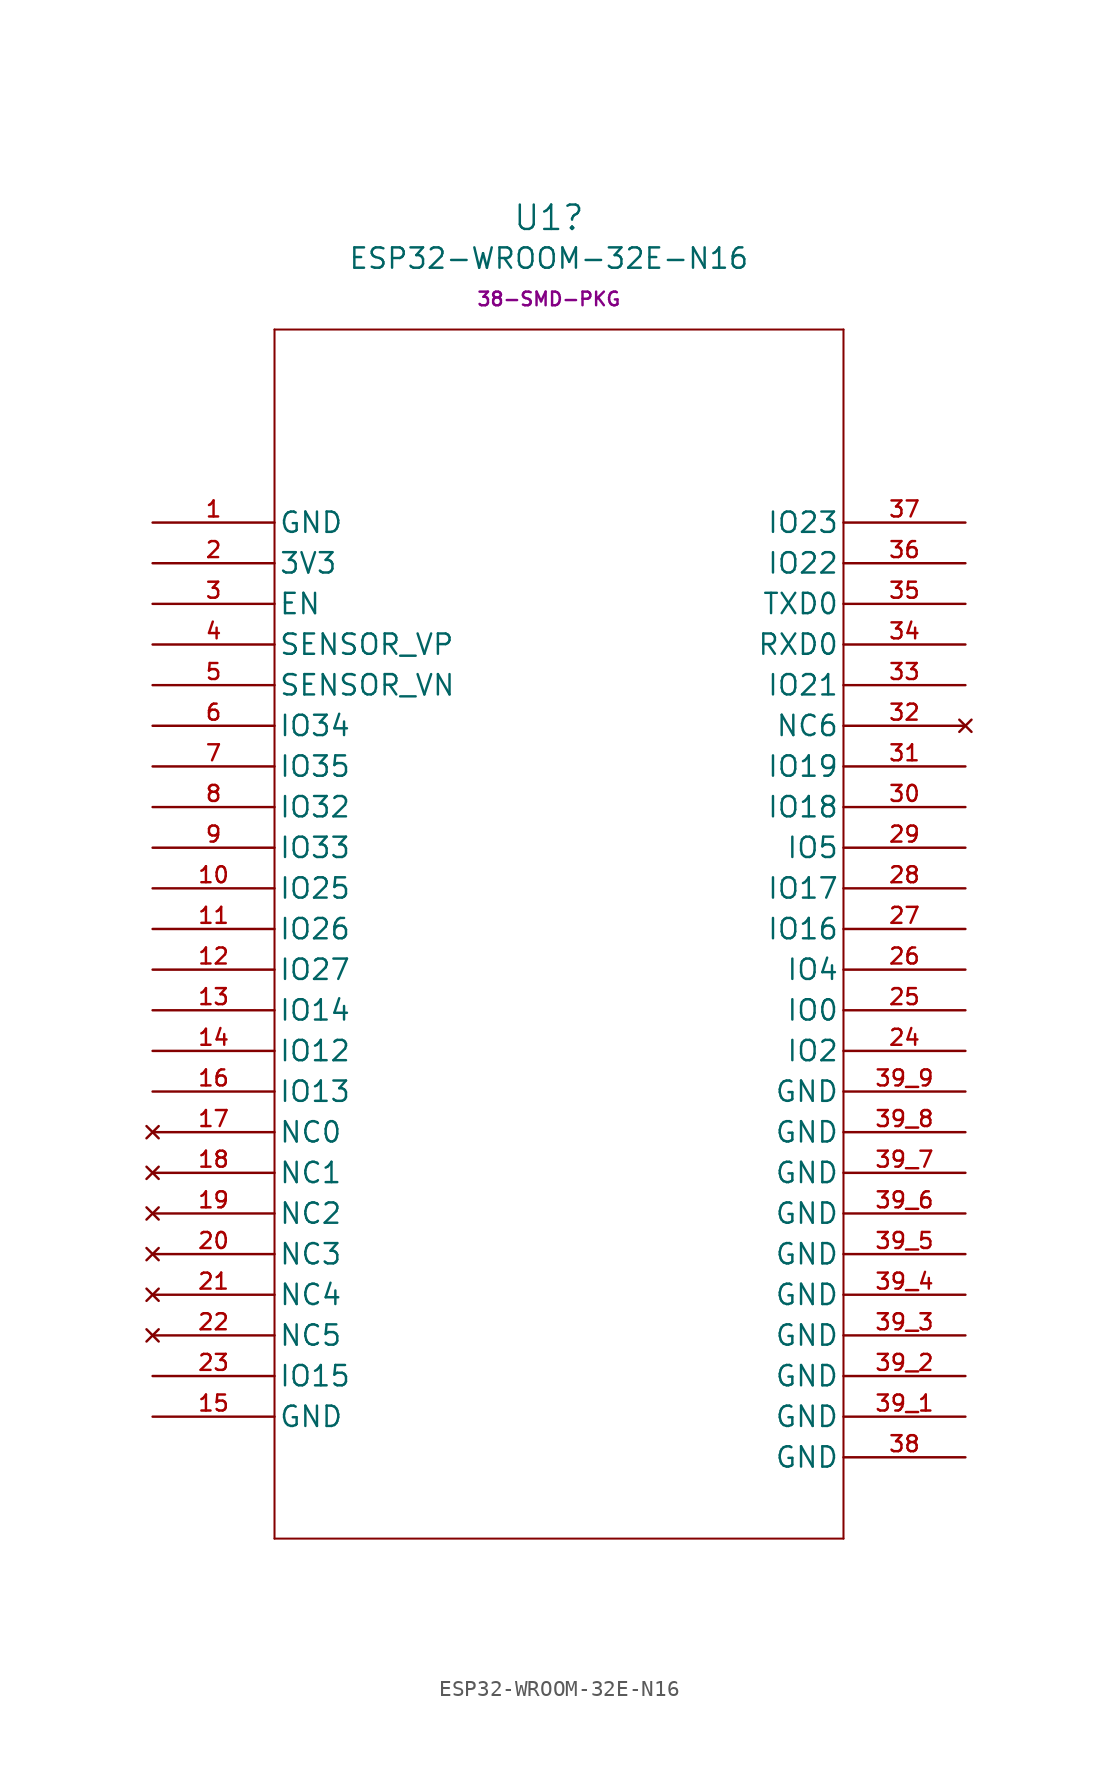
<source format=kicad_sym>
(kicad_symbol_lib
  (version 20211014)
  (generator kicad_symbol_editor)
  (symbol "ESP32-WROOM-32E-N16"
    (pin_names
      (offset 0.254))
    (property "Reference" "U1"
      (at 24.765 19.05 0)
      (effects (font (size 1.524 1.524))))
    (property "Value" "ESP32-WROOM-32E-N16"
      (at 24.765 16.51 0)
      (effects (font (size 1.27 1.27))))
    (property "Package" "38-SMD-PKG"
      (at 24.765 13.97 0)
      (effects (font (size 0.85 0.85))))
    (symbol "ESP32-WROOM-32E-N16_1_1"
      (polyline (pts (xy 7.62 -63.5) (xy 43.18 -63.5)) (stroke (width 0.127) (type default) (color 0 0 0 0)) (fill (type none)))
      (polyline (pts (xy 7.62 12.065) (xy 7.62 -63.5)) (stroke (width 0.127) (type default) (color 0 0 0 0)) (fill (type none)))
      (polyline (pts (xy 43.18 12.065) (xy 7.62 12.065)) (stroke (width 0.127) (type default) (color 0 0 0 0)) (fill (type none)))
      (polyline (pts (xy 43.18 12.065) (xy 43.18 -63.5)) (stroke (width 0.127) (type default) (color 0 0 0 0)) (fill (type none)))
      (pin power_in line (at 0 0 0) (length 7.62) (name "GND" (effects (font (size 1.27 1.27)))) (number "1" (effects (font (size 1 1)))))
      (pin bidirectional line (at 0 -22.86 0) (length 7.62) (name "IO25" (effects (font (size 1.27 1.27)))) (number "10" (effects (font (size 1 1)))))
      (pin bidirectional line (at 0 -25.4 0) (length 7.62) (name "IO26" (effects (font (size 1.27 1.27)))) (number "11" (effects (font (size 1 1)))))
      (pin bidirectional line (at 0 -27.94 0) (length 7.62) (name "IO27" (effects (font (size 1.27 1.27)))) (number "12" (effects (font (size 1 1)))))
      (pin bidirectional line (at 0 -30.48 0) (length 7.62) (name "IO14" (effects (font (size 1.27 1.27)))) (number "13" (effects (font (size 1 1)))))
      (pin bidirectional line (at 0 -33.02 0) (length 7.62) (name "IO12" (effects (font (size 1.27 1.27)))) (number "14" (effects (font (size 1 1)))))
      (pin power_in line (at 0 -55.88 0) (length 7.62) (name "GND" (effects (font (size 1.27 1.27)))) (number "15" (effects (font (size 1 1)))))
      (pin bidirectional line (at 0 -35.56 0) (length 7.62) (name "IO13" (effects (font (size 1.27 1.27)))) (number "16" (effects (font (size 1 1)))))
      (pin no_connect line (at 0 -38.1 0) (length 7.62) (name "NC0" (effects (font (size 1.27 1.27)))) (number "17" (effects (font (size 1 1)))))
      (pin no_connect line (at 0 -40.64 0) (length 7.62) (name "NC1" (effects (font (size 1.27 1.27)))) (number "18" (effects (font (size 1 1)))))
      (pin no_connect line (at 0 -43.18 0) (length 7.62) (name "NC2" (effects (font (size 1.27 1.27)))) (number "19" (effects (font (size 1 1)))))
      (pin power_in line (at 0 -2.54 0) (length 7.62) (name "3V3" (effects (font (size 1.27 1.27)))) (number "2" (effects (font (size 1 1)))))
      (pin no_connect line (at 0 -45.72 0) (length 7.62) (name "NC3" (effects (font (size 1.27 1.27)))) (number "20" (effects (font (size 1 1)))))
      (pin no_connect line (at 0 -48.26 0) (length 7.62) (name "NC4" (effects (font (size 1.27 1.27)))) (number "21" (effects (font (size 1 1)))))
      (pin no_connect line (at 0 -50.8 0) (length 7.62) (name "NC5" (effects (font (size 1.27 1.27)))) (number "22" (effects (font (size 1 1)))))
      (pin bidirectional line (at 0 -53.34 0) (length 7.62) (name "IO15" (effects (font (size 1.27 1.27)))) (number "23" (effects (font (size 1 1)))))
      (pin bidirectional line (at 50.8 -33.02 180) (length 7.62) (name "IO2" (effects (font (size 1.27 1.27)))) (number "24" (effects (font (size 1 1)))))
      (pin bidirectional line (at 50.8 -30.48 180) (length 7.62) (name "IO0" (effects (font (size 1.27 1.27)))) (number "25" (effects (font (size 1 1)))))
      (pin bidirectional line (at 50.8 -27.94 180) (length 7.62) (name "IO4" (effects (font (size 1.27 1.27)))) (number "26" (effects (font (size 1 1)))))
      (pin bidirectional line (at 50.8 -25.4 180) (length 7.62) (name "IO16" (effects (font (size 1.27 1.27)))) (number "27" (effects (font (size 1 1)))))
      (pin bidirectional line (at 50.8 -22.86 180) (length 7.62) (name "IO17" (effects (font (size 1.27 1.27)))) (number "28" (effects (font (size 1 1)))))
      (pin bidirectional line (at 50.8 -20.32 180) (length 7.62) (name "IO5" (effects (font (size 1.27 1.27)))) (number "29" (effects (font (size 1 1)))))
      (pin input line (at 0 -5.08 0) (length 7.62) (name "EN" (effects (font (size 1.27 1.27)))) (number "3" (effects (font (size 1 1)))))
      (pin bidirectional line (at 50.8 -17.78 180) (length 7.62) (name "IO18" (effects (font (size 1.27 1.27)))) (number "30" (effects (font (size 1 1)))))
      (pin bidirectional line (at 50.8 -15.24 180) (length 7.62) (name "IO19" (effects (font (size 1.27 1.27)))) (number "31" (effects (font (size 1 1)))))
      (pin no_connect line (at 50.8 -12.7 180) (length 7.62) (name "NC6" (effects (font (size 1.27 1.27)))) (number "32" (effects (font (size 1 1)))))
      (pin bidirectional line (at 50.8 -10.16 180) (length 7.62) (name "IO21" (effects (font (size 1.27 1.27)))) (number "33" (effects (font (size 1 1)))))
      (pin bidirectional line (at 50.8 -7.62 180) (length 7.62) (name "RXD0" (effects (font (size 1.27 1.27)))) (number "34" (effects (font (size 1 1)))))
      (pin bidirectional line (at 50.8 -5.08 180) (length 7.62) (name "TXD0" (effects (font (size 1.27 1.27)))) (number "35" (effects (font (size 1 1)))))
      (pin bidirectional line (at 50.8 -2.54 180) (length 7.62) (name "IO22" (effects (font (size 1.27 1.27)))) (number "36" (effects (font (size 1 1)))))
      (pin bidirectional line (at 50.8 0 180) (length 7.62) (name "IO23" (effects (font (size 1.27 1.27)))) (number "37" (effects (font (size 1 1)))))
      (pin power_in line (at 50.8 -58.42 180) (length 7.62) (name "GND" (effects (font (size 1.27 1.27)))) (number "38" (effects (font (size 1 1)))))
      (pin power_in line (at 50.8 -55.88 180) (length 7.62) (name "GND" (effects (font (size 1.27 1.27)))) (number "39_1" (effects (font (size 1 1)))))
      (pin power_in line (at 50.8 -53.34 180) (length 7.62) (name "GND" (effects (font (size 1.27 1.27)))) (number "39_2" (effects (font (size 1 1)))))
      (pin power_in line (at 50.8 -50.8 180) (length 7.62) (name "GND" (effects (font (size 1.27 1.27)))) (number "39_3" (effects (font (size 1 1)))))
      (pin power_in line (at 50.8 -48.26 180) (length 7.62) (name "GND" (effects (font (size 1.27 1.27)))) (number "39_4" (effects (font (size 1 1)))))
      (pin power_in line (at 50.8 -45.72 180) (length 7.62) (name "GND" (effects (font (size 1.27 1.27)))) (number "39_5" (effects (font (size 1 1)))))
      (pin power_in line (at 50.8 -43.18 180) (length 7.62) (name "GND" (effects (font (size 1.27 1.27)))) (number "39_6" (effects (font (size 1 1)))))
      (pin power_in line (at 50.8 -40.64 180) (length 7.62) (name "GND" (effects (font (size 1.27 1.27)))) (number "39_7" (effects (font (size 1 1)))))
      (pin power_in line (at 50.8 -38.1 180) (length 7.62) (name "GND" (effects (font (size 1.27 1.27)))) (number "39_8" (effects (font (size 1 1)))))
      (pin power_in line (at 50.8 -35.56 180) (length 7.62) (name "GND" (effects (font (size 1.27 1.27)))) (number "39_9" (effects (font (size 1 1)))))
      (pin input line (at 0 -7.62 0) (length 7.62) (name "SENSOR_VP" (effects (font (size 1.27 1.27)))) (number "4" (effects (font (size 1 1)))))
      (pin input line (at 0 -10.16 0) (length 7.62) (name "SENSOR_VN" (effects (font (size 1.27 1.27)))) (number "5" (effects (font (size 1 1)))))
      (pin input line (at 0 -12.7 0) (length 7.62) (name "IO34" (effects (font (size 1.27 1.27)))) (number "6" (effects (font (size 1 1)))))
      (pin input line (at 0 -15.24 0) (length 7.62) (name "IO35" (effects (font (size 1.27 1.27)))) (number "7" (effects (font (size 1 1)))))
      (pin bidirectional line (at 0 -17.78 0) (length 7.62) (name "IO32" (effects (font (size 1.27 1.27)))) (number "8" (effects (font (size 1 1)))))
      (pin bidirectional line (at 0 -20.32 0) (length 7.62) (name "IO33" (effects (font (size 1.27 1.27)))) (number "9" (effects (font (size 1 1))))))))
</source>
